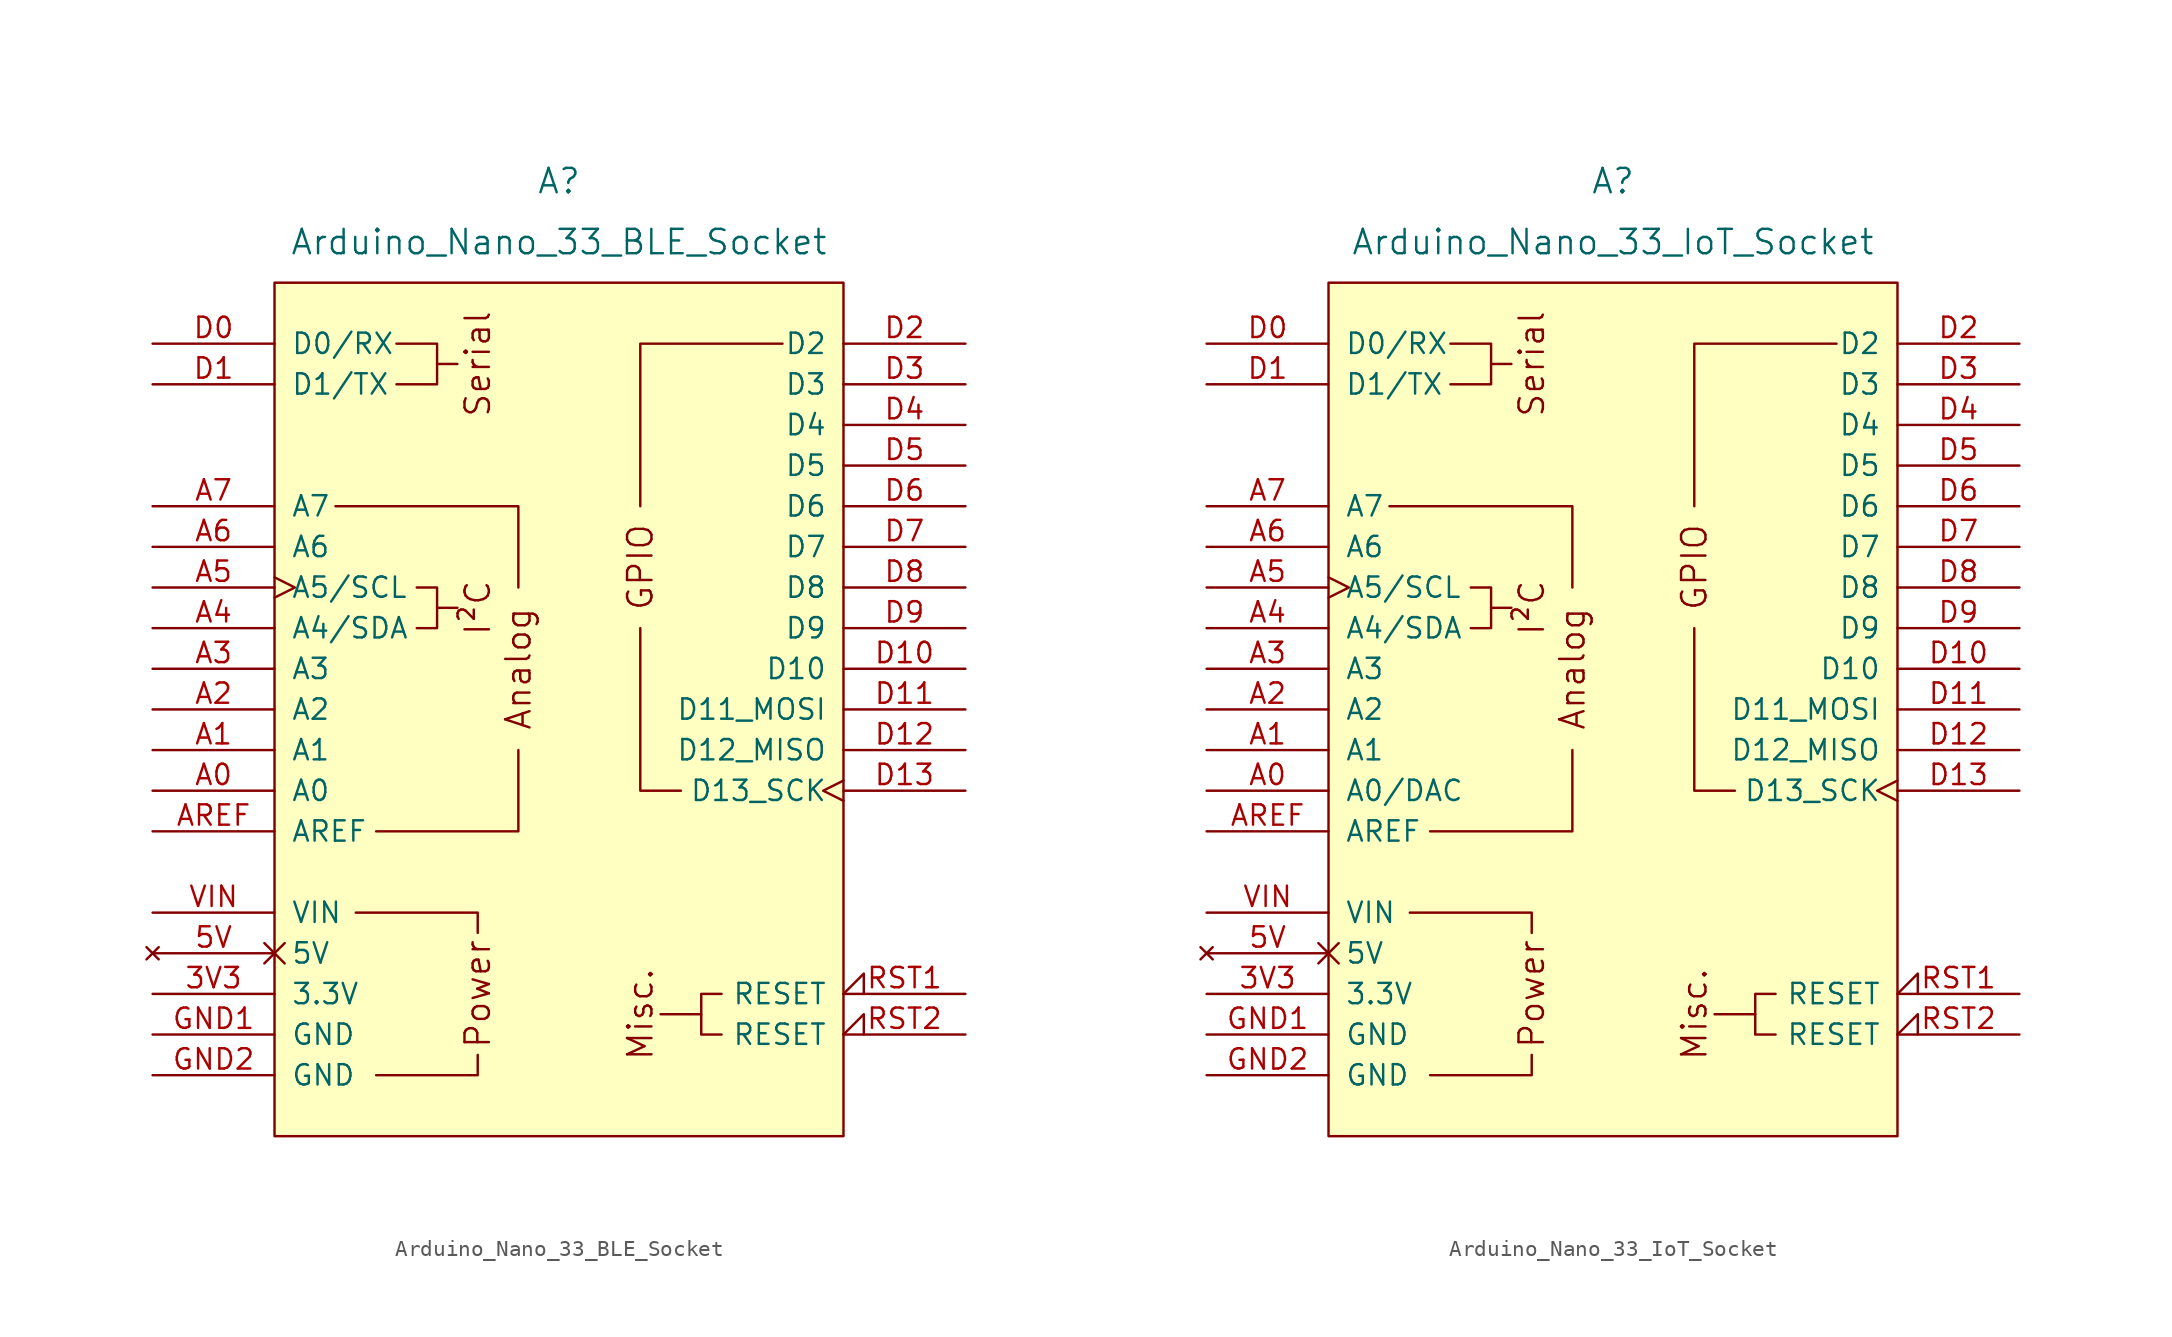
<source format=kicad_sym>
(kicad_symbol_lib
  (version 20241209)
  (generator "kicad_symbol_editor")
  (generator_version "9.0")
  (symbol "Arduino_Nano_33_BLE_Socket"
    (pin_names
      (offset 1.016))
    (property "Reference" "A"
      (at 0 33.02 0)
      (effects (font (size 1.524 1.524))))
    (property "Value" "Arduino_Nano_33_BLE_Socket"
      (at 0 29.21 0)
      (effects (font (size 1.524 1.524))))
    (symbol "Arduino_Nano_33_BLE_Socket_0_0"
      (rectangle (start -17.78 26.67) (end 17.78 -26.67) (stroke (width 0) (type default)) (fill (type background)))
      (polyline (pts (xy -11.43 -22.86) (xy -5.08 -22.86) (xy -5.08 -21.59)) (stroke (width 0) (type default)) (fill (type none)))
      (polyline (pts (xy -10.16 22.86) (xy -7.62 22.86) (xy -7.62 20.32) (xy -10.16 20.32)) (stroke (width 0) (type default)) (fill (type none)))
      (polyline (pts (xy -8.89 7.62) (xy -7.62 7.62) (xy -7.62 5.08) (xy -8.89 5.08)) (stroke (width 0) (type default)) (fill (type none)))
      (polyline (pts (xy -7.62 21.59) (xy -6.35 21.59)) (stroke (width 0) (type default)) (fill (type none)))
      (polyline (pts (xy -7.62 6.35) (xy -6.35 6.35)) (stroke (width 0) (type default)) (fill (type none)))
      (polyline (pts (xy -5.08 -13.97) (xy -5.08 -12.7) (xy -12.7 -12.7)) (stroke (width 0) (type default)) (fill (type none)))
      (polyline (pts (xy 8.89 -19.05) (xy 6.35 -19.05)) (stroke (width 0) (type default)) (fill (type none)))
      (text "Serial" (at -5.08 21.59 900) (effects (font (size 1.524 1.524))))
      (text "I²C" (at -5.08 6.35 900) (effects (font (size 1.524 1.524))))
      (text "Power" (at -5.08 -17.78 900) (effects (font (size 1.524 1.524))))
      (text "Analog" (at -2.54 2.54 900) (effects (font (size 1.524 1.524))))
      (text "Misc." (at 5.08 -19.05 900) (effects (font (size 1.524 1.524)))))
    (symbol "Arduino_Nano_33_BLE_Socket_0_1"
      (polyline (pts (xy -13.97 12.7) (xy -2.54 12.7) (xy -2.54 7.62)) (stroke (width 0) (type default)) (fill (type none)))
      (polyline (pts (xy -11.43 -7.62) (xy -2.54 -7.62) (xy -2.54 -2.54)) (stroke (width 0) (type default)) (fill (type none)))
      (polyline (pts (xy 7.62 -5.08) (xy 5.08 -5.08) (xy 5.08 5.08)) (stroke (width 0) (type default)) (fill (type none)))
      (polyline (pts (xy 10.16 -17.78) (xy 8.89 -17.78) (xy 8.89 -20.32) (xy 10.16 -20.32)) (stroke (width 0) (type default)) (fill (type none)))
      (polyline (pts (xy 13.97 22.86) (xy 5.08 22.86) (xy 5.08 12.7)) (stroke (width 0) (type default)) (fill (type none))))
    (symbol "Arduino_Nano_33_BLE_Socket_1_0"
      (text "GPIO" (at 5.08 8.89 900) (effects (font (size 1.524 1.524)))))
    (symbol "Arduino_Nano_33_BLE_Socket_1_1"
      (pin bidirectional line (at -25.4 22.86 0) (length 7.62) (name "D0/RX" (effects (font (size 1.27 1.27)))) (number "D0" (effects (font (size 1.27 1.27)))))
      (pin bidirectional line (at -25.4 20.32 0) (length 7.62) (name "D1/TX" (effects (font (size 1.27 1.27)))) (number "D1" (effects (font (size 1.27 1.27)))))
      (pin input line (at -25.4 12.7 0) (length 7.62) (name "A7" (effects (font (size 1.27 1.27)))) (number "A7" (effects (font (size 1.27 1.27)))))
      (pin input line (at -25.4 10.16 0) (length 7.62) (name "A6" (effects (font (size 1.27 1.27)))) (number "A6" (effects (font (size 1.27 1.27)))))
      (pin bidirectional clock (at -25.4 7.62 0) (length 7.62) (name "A5/SCL" (effects (font (size 1.27 1.27)))) (number "A5" (effects (font (size 1.27 1.27)))))
      (pin bidirectional line (at -25.4 5.08 0) (length 7.62) (name "A4/SDA" (effects (font (size 1.27 1.27)))) (number "A4" (effects (font (size 1.27 1.27)))))
      (pin bidirectional line (at -25.4 2.54 0) (length 7.62) (name "A3" (effects (font (size 1.27 1.27)))) (number "A3" (effects (font (size 1.27 1.27)))))
      (pin bidirectional line (at -25.4 0 0) (length 7.62) (name "A2" (effects (font (size 1.27 1.27)))) (number "A2" (effects (font (size 1.27 1.27)))))
      (pin bidirectional line (at -25.4 -2.54 0) (length 7.62) (name "A1" (effects (font (size 1.27 1.27)))) (number "A1" (effects (font (size 1.27 1.27)))))
      (pin bidirectional line (at -25.4 -5.08 0) (length 7.62) (name "A0" (effects (font (size 1.27 1.27)))) (number "A0" (effects (font (size 1.27 1.27)))))
      (pin input line (at -25.4 -7.62 0) (length 7.62) (name "AREF" (effects (font (size 1.27 1.27)))) (number "AREF" (effects (font (size 1.27 1.27)))))
      (pin power_in line (at -25.4 -12.7 0) (length 7.62) (name "VIN" (effects (font (size 1.27 1.27)))) (number "VIN" (effects (font (size 1.27 1.27)))))
      (pin no_connect non_logic (at -25.4 -15.24 0) (length 7.62) (name "5V" (effects (font (size 1.27 1.27)))) (number "5V" (effects (font (size 1.27 1.27)))))
      (pin power_in line (at -25.4 -17.78 0) (length 7.62) (name "3.3V" (effects (font (size 1.27 1.27)))) (number "3V3" (effects (font (size 1.27 1.27)))))
      (pin power_in line (at -25.4 -20.32 0) (length 7.62) (name "GND" (effects (font (size 1.27 1.27)))) (number "GND1" (effects (font (size 1.27 1.27)))))
      (pin power_in line (at -25.4 -22.86 0) (length 7.62) (name "GND" (effects (font (size 1.27 1.27)))) (number "GND2" (effects (font (size 1.27 1.27)))))
      (pin bidirectional line (at 25.4 22.86 180) (length 7.62) (name "D2" (effects (font (size 1.27 1.27)))) (number "D2" (effects (font (size 1.27 1.27)))))
      (pin bidirectional line (at 25.4 20.32 180) (length 7.62) (name "D3" (effects (font (size 1.27 1.27)))) (number "D3" (effects (font (size 1.27 1.27)))))
      (pin bidirectional line (at 25.4 17.78 180) (length 7.62) (name "D4" (effects (font (size 1.27 1.27)))) (number "D4" (effects (font (size 1.27 1.27)))))
      (pin bidirectional line (at 25.4 15.24 180) (length 7.62) (name "D5" (effects (font (size 1.27 1.27)))) (number "D5" (effects (font (size 1.27 1.27)))))
      (pin bidirectional line (at 25.4 12.7 180) (length 7.62) (name "D6" (effects (font (size 1.27 1.27)))) (number "D6" (effects (font (size 1.27 1.27)))))
      (pin bidirectional line (at 25.4 10.16 180) (length 7.62) (name "D7" (effects (font (size 1.27 1.27)))) (number "D7" (effects (font (size 1.27 1.27)))))
      (pin bidirectional line (at 25.4 7.62 180) (length 7.62) (name "D8" (effects (font (size 1.27 1.27)))) (number "D8" (effects (font (size 1.27 1.27)))))
      (pin bidirectional line (at 25.4 5.08 180) (length 7.62) (name "D9" (effects (font (size 1.27 1.27)))) (number "D9" (effects (font (size 1.27 1.27)))))
      (pin bidirectional line (at 25.4 2.54 180) (length 7.62) (name "D10" (effects (font (size 1.27 1.27)))) (number "D10" (effects (font (size 1.27 1.27)))))
      (pin bidirectional line (at 25.4 0 180) (length 7.62) (name "D11_MOSI" (effects (font (size 1.27 1.27)))) (number "D11" (effects (font (size 1.27 1.27)))))
      (pin bidirectional line (at 25.4 -2.54 180) (length 7.62) (name "D12_MISO" (effects (font (size 1.27 1.27)))) (number "D12" (effects (font (size 1.27 1.27)))))
      (pin bidirectional clock (at 25.4 -5.08 180) (length 7.62) (name "D13_SCK" (effects (font (size 1.27 1.27)))) (number "D13" (effects (font (size 1.27 1.27)))))
      (pin open_collector input_low (at 25.4 -17.78 180) (length 7.62) (name "RESET" (effects (font (size 1.27 1.27)))) (number "RST1" (effects (font (size 1.27 1.27)))))
      (pin open_collector input_low (at 25.4 -20.32 180) (length 7.62) (name "RESET" (effects (font (size 1.27 1.27)))) (number "RST2" (effects (font (size 1.27 1.27)))))))
  (symbol "Arduino_Nano_33_IoT_Socket"
    (pin_names
      (offset 1.016))
    (property "Reference" "A"
      (at 0 33.02 0)
      (effects (font (size 1.524 1.524))))
    (property "Value" "Arduino_Nano_33_IoT_Socket"
      (at 0 29.21 0)
      (effects (font (size 1.524 1.524))))
    (symbol "Arduino_Nano_33_IoT_Socket_0_0"
      (rectangle (start -17.78 26.67) (end 17.78 -26.67) (stroke (width 0) (type default)) (fill (type background)))
      (polyline (pts (xy -11.43 -22.86) (xy -5.08 -22.86) (xy -5.08 -21.59)) (stroke (width 0) (type default)) (fill (type none)))
      (polyline (pts (xy -10.16 22.86) (xy -7.62 22.86) (xy -7.62 20.32) (xy -10.16 20.32)) (stroke (width 0) (type default)) (fill (type none)))
      (polyline (pts (xy -8.89 7.62) (xy -7.62 7.62) (xy -7.62 5.08) (xy -8.89 5.08)) (stroke (width 0) (type default)) (fill (type none)))
      (polyline (pts (xy -7.62 21.59) (xy -6.35 21.59)) (stroke (width 0) (type default)) (fill (type none)))
      (polyline (pts (xy -7.62 6.35) (xy -6.35 6.35)) (stroke (width 0) (type default)) (fill (type none)))
      (polyline (pts (xy -5.08 -13.97) (xy -5.08 -12.7) (xy -12.7 -12.7)) (stroke (width 0) (type default)) (fill (type none)))
      (polyline (pts (xy 8.89 -19.05) (xy 6.35 -19.05)) (stroke (width 0) (type default)) (fill (type none)))
      (text "Serial" (at -5.08 21.59 900) (effects (font (size 1.524 1.524))))
      (text "I²C" (at -5.08 6.35 900) (effects (font (size 1.524 1.524))))
      (text "Power" (at -5.08 -17.78 900) (effects (font (size 1.524 1.524))))
      (text "Analog" (at -2.54 2.54 900) (effects (font (size 1.524 1.524))))
      (text "Misc." (at 5.08 -19.05 900) (effects (font (size 1.524 1.524)))))
    (symbol "Arduino_Nano_33_IoT_Socket_0_1"
      (polyline (pts (xy -13.97 12.7) (xy -2.54 12.7) (xy -2.54 7.62)) (stroke (width 0) (type default)) (fill (type none)))
      (polyline (pts (xy -11.43 -7.62) (xy -2.54 -7.62) (xy -2.54 -2.54)) (stroke (width 0) (type default)) (fill (type none)))
      (polyline (pts (xy 7.62 -5.08) (xy 5.08 -5.08) (xy 5.08 5.08)) (stroke (width 0) (type default)) (fill (type none)))
      (polyline (pts (xy 10.16 -17.78) (xy 8.89 -17.78) (xy 8.89 -20.32) (xy 10.16 -20.32)) (stroke (width 0) (type default)) (fill (type none)))
      (polyline (pts (xy 13.97 22.86) (xy 5.08 22.86) (xy 5.08 12.7)) (stroke (width 0) (type default)) (fill (type none))))
    (symbol "Arduino_Nano_33_IoT_Socket_1_0"
      (text "GPIO" (at 5.08 8.89 900) (effects (font (size 1.524 1.524)))))
    (symbol "Arduino_Nano_33_IoT_Socket_1_1"
      (pin bidirectional line (at -25.4 22.86 0) (length 7.62) (name "D0/RX" (effects (font (size 1.27 1.27)))) (number "D0" (effects (font (size 1.27 1.27)))))
      (pin bidirectional line (at -25.4 20.32 0) (length 7.62) (name "D1/TX" (effects (font (size 1.27 1.27)))) (number "D1" (effects (font (size 1.27 1.27)))))
      (pin input line (at -25.4 12.7 0) (length 7.62) (name "A7" (effects (font (size 1.27 1.27)))) (number "A7" (effects (font (size 1.27 1.27)))))
      (pin input line (at -25.4 10.16 0) (length 7.62) (name "A6" (effects (font (size 1.27 1.27)))) (number "A6" (effects (font (size 1.27 1.27)))))
      (pin bidirectional clock (at -25.4 7.62 0) (length 7.62) (name "A5/SCL" (effects (font (size 1.27 1.27)))) (number "A5" (effects (font (size 1.27 1.27)))))
      (pin bidirectional line (at -25.4 5.08 0) (length 7.62) (name "A4/SDA" (effects (font (size 1.27 1.27)))) (number "A4" (effects (font (size 1.27 1.27)))))
      (pin bidirectional line (at -25.4 2.54 0) (length 7.62) (name "A3" (effects (font (size 1.27 1.27)))) (number "A3" (effects (font (size 1.27 1.27)))))
      (pin bidirectional line (at -25.4 0 0) (length 7.62) (name "A2" (effects (font (size 1.27 1.27)))) (number "A2" (effects (font (size 1.27 1.27)))))
      (pin bidirectional line (at -25.4 -2.54 0) (length 7.62) (name "A1" (effects (font (size 1.27 1.27)))) (number "A1" (effects (font (size 1.27 1.27)))))
      (pin bidirectional line (at -25.4 -5.08 0) (length 7.62) (name "A0/DAC" (effects (font (size 1.27 1.27)))) (number "A0" (effects (font (size 1.27 1.27)))))
      (pin input line (at -25.4 -7.62 0) (length 7.62) (name "AREF" (effects (font (size 1.27 1.27)))) (number "AREF" (effects (font (size 1.27 1.27)))))
      (pin power_in line (at -25.4 -12.7 0) (length 7.62) (name "VIN" (effects (font (size 1.27 1.27)))) (number "VIN" (effects (font (size 1.27 1.27)))))
      (pin no_connect non_logic (at -25.4 -15.24 0) (length 7.62) (name "5V" (effects (font (size 1.27 1.27)))) (number "5V" (effects (font (size 1.27 1.27)))))
      (pin power_in line (at -25.4 -17.78 0) (length 7.62) (name "3.3V" (effects (font (size 1.27 1.27)))) (number "3V3" (effects (font (size 1.27 1.27)))))
      (pin power_in line (at -25.4 -20.32 0) (length 7.62) (name "GND" (effects (font (size 1.27 1.27)))) (number "GND1" (effects (font (size 1.27 1.27)))))
      (pin power_in line (at -25.4 -22.86 0) (length 7.62) (name "GND" (effects (font (size 1.27 1.27)))) (number "GND2" (effects (font (size 1.27 1.27)))))
      (pin bidirectional line (at 25.4 22.86 180) (length 7.62) (name "D2" (effects (font (size 1.27 1.27)))) (number "D2" (effects (font (size 1.27 1.27)))))
      (pin bidirectional line (at 25.4 20.32 180) (length 7.62) (name "D3" (effects (font (size 1.27 1.27)))) (number "D3" (effects (font (size 1.27 1.27)))))
      (pin bidirectional line (at 25.4 17.78 180) (length 7.62) (name "D4" (effects (font (size 1.27 1.27)))) (number "D4" (effects (font (size 1.27 1.27)))))
      (pin bidirectional line (at 25.4 15.24 180) (length 7.62) (name "D5" (effects (font (size 1.27 1.27)))) (number "D5" (effects (font (size 1.27 1.27)))))
      (pin bidirectional line (at 25.4 12.7 180) (length 7.62) (name "D6" (effects (font (size 1.27 1.27)))) (number "D6" (effects (font (size 1.27 1.27)))))
      (pin bidirectional line (at 25.4 10.16 180) (length 7.62) (name "D7" (effects (font (size 1.27 1.27)))) (number "D7" (effects (font (size 1.27 1.27)))))
      (pin bidirectional line (at 25.4 7.62 180) (length 7.62) (name "D8" (effects (font (size 1.27 1.27)))) (number "D8" (effects (font (size 1.27 1.27)))))
      (pin bidirectional line (at 25.4 5.08 180) (length 7.62) (name "D9" (effects (font (size 1.27 1.27)))) (number "D9" (effects (font (size 1.27 1.27)))))
      (pin bidirectional line (at 25.4 2.54 180) (length 7.62) (name "D10" (effects (font (size 1.27 1.27)))) (number "D10" (effects (font (size 1.27 1.27)))))
      (pin bidirectional line (at 25.4 0 180) (length 7.62) (name "D11_MOSI" (effects (font (size 1.27 1.27)))) (number "D11" (effects (font (size 1.27 1.27)))))
      (pin bidirectional line (at 25.4 -2.54 180) (length 7.62) (name "D12_MISO" (effects (font (size 1.27 1.27)))) (number "D12" (effects (font (size 1.27 1.27)))))
      (pin bidirectional clock (at 25.4 -5.08 180) (length 7.62) (name "D13_SCK" (effects (font (size 1.27 1.27)))) (number "D13" (effects (font (size 1.27 1.27)))))
      (pin open_collector input_low (at 25.4 -17.78 180) (length 7.62) (name "RESET" (effects (font (size 1.27 1.27)))) (number "RST1" (effects (font (size 1.27 1.27)))))
      (pin open_collector input_low (at 25.4 -20.32 180) (length 7.62) (name "RESET" (effects (font (size 1.27 1.27)))) (number "RST2" (effects (font (size 1.27 1.27))))))))
</source>
